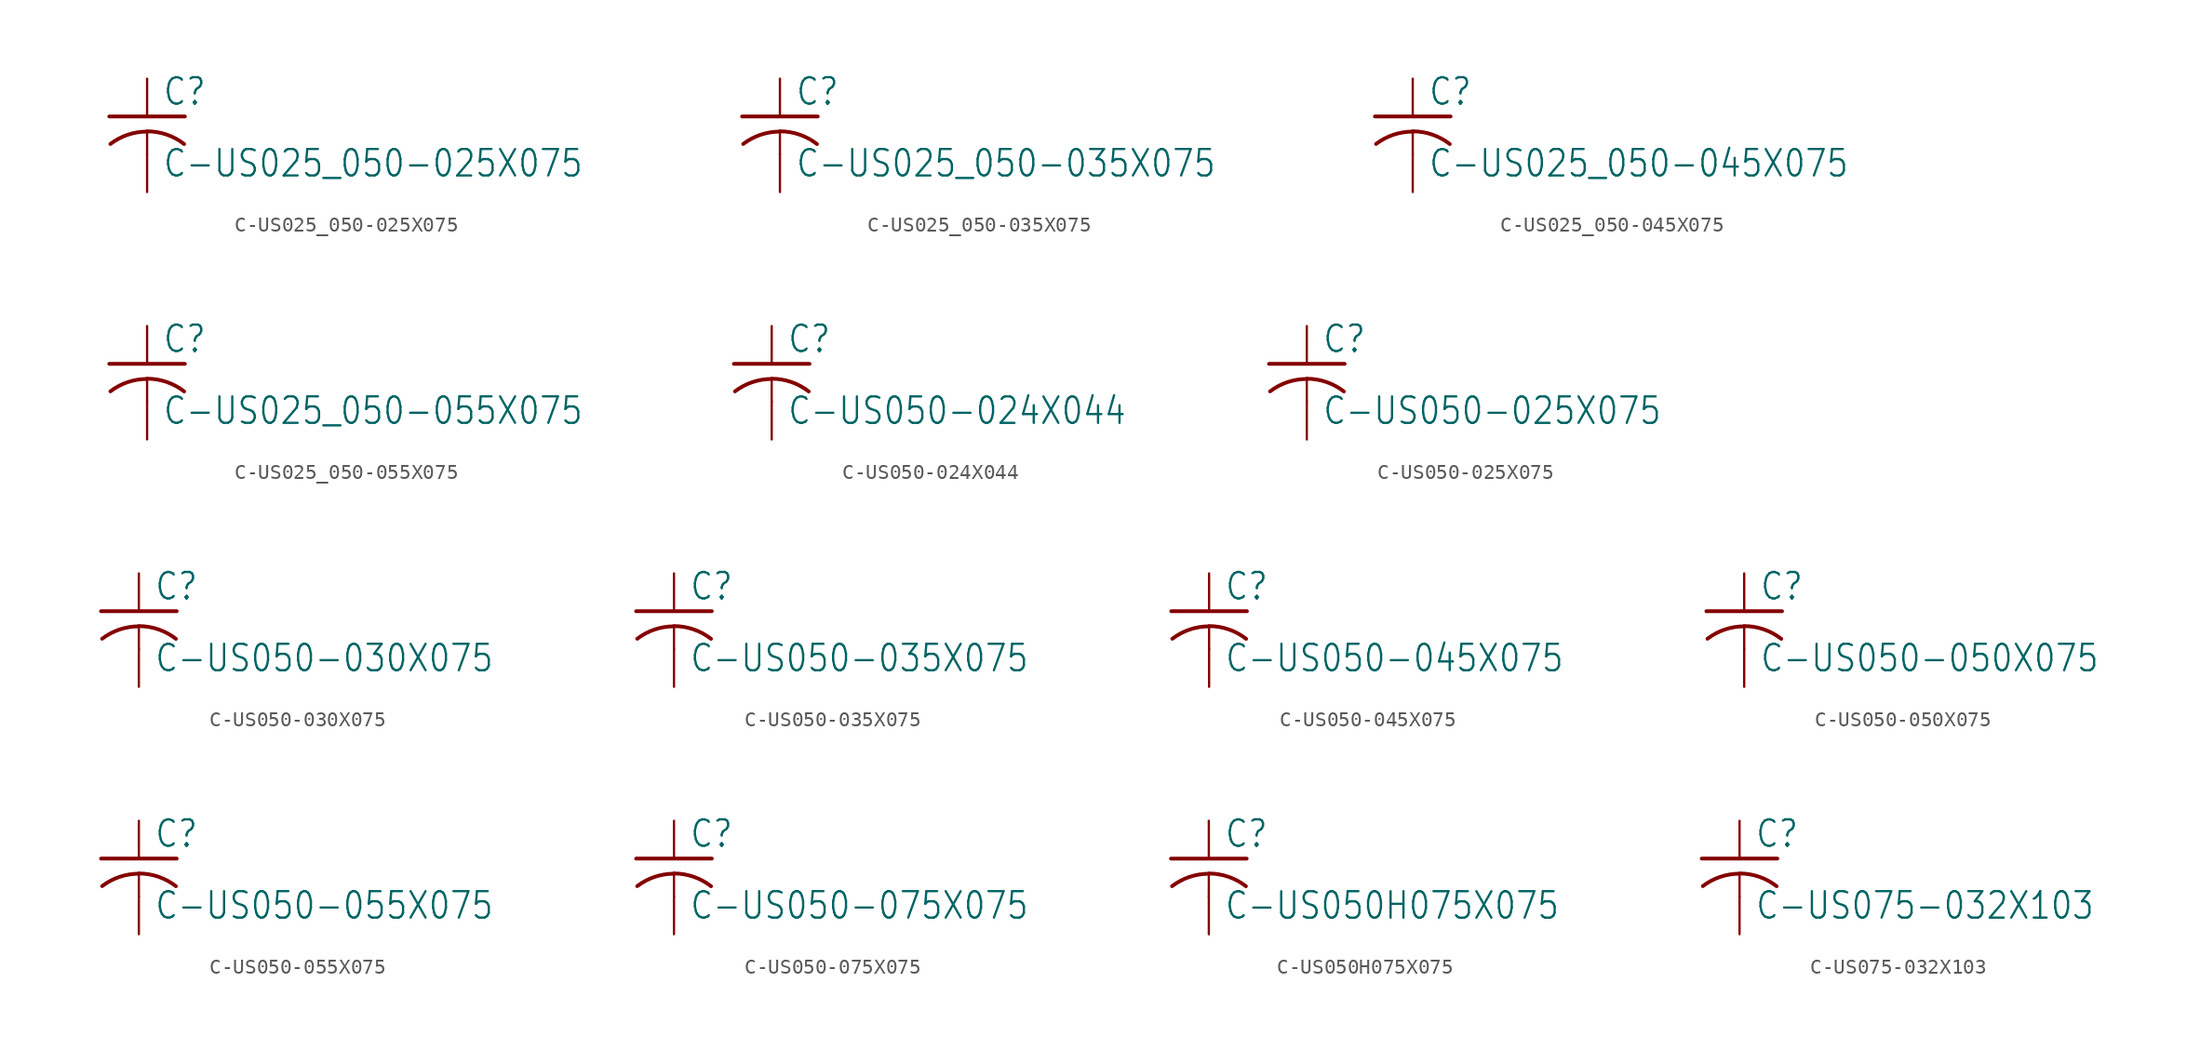
<source format=kicad_sym>
(kicad_symbol_lib
  (version 20211014)
  (generator kicad_symbol_editor)
  (symbol "C-US025_050-025X075"
    (property "Reference" "C"
      (at 1.016 0.635 0)
      (effects (font (size 1.778 1.511)) (justify left bottom)))
    (property "Value" "C-US025_050-025X075"
      (at 1.016 -4.191 0)
      (effects (font (size 1.778 1.511)) (justify left bottom)))
    (property "ki_locked" ""
      (at 0 0 0)
      (effects (font (size 1.27 1.27))))
    (symbol "C-US025_050-025X075_1_0"
      (arc (start 0 -1.0161) (mid -1.302 -1.2303) (end -2.4668 -1.8504) (stroke (width 0.254) (type default) (color 0 0 0 0)) (fill (type none)))
      (polyline (pts (xy -2.54 0) (xy 2.54 0)) (stroke (width 0.254) (type default) (color 0 0 0 0)) (fill (type none)))
      (polyline (pts (xy 0 -1.016) (xy 0 -2.54)) (stroke (width 0.152) (type default) (color 0 0 0 0)) (fill (type none)))
      (polyline (pts (xy 0 -1.016) (xy 0 -1.016)) (stroke (width 0.152) (type default) (color 0 0 0 0)) (fill (type none)))
      (arc (start 2.4892 -1.8542) (mid 1.3158 -1.2195) (end 0 -1) (stroke (width 0.254) (type default) (color 0 0 0 0)) (fill (type none)))
      (pin passive line (at 0 2.54 270) (length 2.54) (name "1" (effects (font (size 0 0)))) (number "1" (effects (font (size 0 0)))))
      (pin passive line (at 0 -5.08 90) (length 2.54) (name "2" (effects (font (size 0 0)))) (number "2" (effects (font (size 0 0)))))))
  (symbol "C-US025_050-035X075"
    (property "Reference" "C"
      (at 1.016 0.635 0)
      (effects (font (size 1.778 1.511)) (justify left bottom)))
    (property "Value" "C-US025_050-035X075"
      (at 1.016 -4.191 0)
      (effects (font (size 1.778 1.511)) (justify left bottom)))
    (property "ki_locked" ""
      (at 0 0 0)
      (effects (font (size 1.27 1.27))))
    (symbol "C-US025_050-035X075_1_0"
      (arc (start 0 -1.0161) (mid -1.302 -1.2303) (end -2.4668 -1.8504) (stroke (width 0.254) (type default) (color 0 0 0 0)) (fill (type none)))
      (polyline (pts (xy -2.54 0) (xy 2.54 0)) (stroke (width 0.254) (type default) (color 0 0 0 0)) (fill (type none)))
      (polyline (pts (xy 0 -1.016) (xy 0 -2.54)) (stroke (width 0.152) (type default) (color 0 0 0 0)) (fill (type none)))
      (polyline (pts (xy 0 -1.016) (xy 0 -1.016)) (stroke (width 0.152) (type default) (color 0 0 0 0)) (fill (type none)))
      (arc (start 2.4892 -1.8542) (mid 1.3158 -1.2195) (end 0 -1) (stroke (width 0.254) (type default) (color 0 0 0 0)) (fill (type none)))
      (pin passive line (at 0 2.54 270) (length 2.54) (name "1" (effects (font (size 0 0)))) (number "1" (effects (font (size 0 0)))))
      (pin passive line (at 0 -5.08 90) (length 2.54) (name "2" (effects (font (size 0 0)))) (number "2" (effects (font (size 0 0)))))))
  (symbol "C-US025_050-045X075"
    (property "Reference" "C"
      (at 1.016 0.635 0)
      (effects (font (size 1.778 1.511)) (justify left bottom)))
    (property "Value" "C-US025_050-045X075"
      (at 1.016 -4.191 0)
      (effects (font (size 1.778 1.511)) (justify left bottom)))
    (property "ki_locked" ""
      (at 0 0 0)
      (effects (font (size 1.27 1.27))))
    (symbol "C-US025_050-045X075_1_0"
      (arc (start 0 -1.0161) (mid -1.302 -1.2303) (end -2.4668 -1.8504) (stroke (width 0.254) (type default) (color 0 0 0 0)) (fill (type none)))
      (polyline (pts (xy -2.54 0) (xy 2.54 0)) (stroke (width 0.254) (type default) (color 0 0 0 0)) (fill (type none)))
      (polyline (pts (xy 0 -1.016) (xy 0 -2.54)) (stroke (width 0.152) (type default) (color 0 0 0 0)) (fill (type none)))
      (polyline (pts (xy 0 -1.016) (xy 0 -1.016)) (stroke (width 0.152) (type default) (color 0 0 0 0)) (fill (type none)))
      (arc (start 2.4892 -1.8542) (mid 1.3158 -1.2195) (end 0 -1) (stroke (width 0.254) (type default) (color 0 0 0 0)) (fill (type none)))
      (pin passive line (at 0 2.54 270) (length 2.54) (name "1" (effects (font (size 0 0)))) (number "1" (effects (font (size 0 0)))))
      (pin passive line (at 0 -5.08 90) (length 2.54) (name "2" (effects (font (size 0 0)))) (number "2" (effects (font (size 0 0)))))))
  (symbol "C-US025_050-055X075"
    (property "Reference" "C"
      (at 1.016 0.635 0)
      (effects (font (size 1.778 1.511)) (justify left bottom)))
    (property "Value" "C-US025_050-055X075"
      (at 1.016 -4.191 0)
      (effects (font (size 1.778 1.511)) (justify left bottom)))
    (property "ki_locked" ""
      (at 0 0 0)
      (effects (font (size 1.27 1.27))))
    (symbol "C-US025_050-055X075_1_0"
      (arc (start 0 -1.0161) (mid -1.302 -1.2303) (end -2.4668 -1.8504) (stroke (width 0.254) (type default) (color 0 0 0 0)) (fill (type none)))
      (polyline (pts (xy -2.54 0) (xy 2.54 0)) (stroke (width 0.254) (type default) (color 0 0 0 0)) (fill (type none)))
      (polyline (pts (xy 0 -1.016) (xy 0 -2.54)) (stroke (width 0.152) (type default) (color 0 0 0 0)) (fill (type none)))
      (polyline (pts (xy 0 -1.016) (xy 0 -1.016)) (stroke (width 0.152) (type default) (color 0 0 0 0)) (fill (type none)))
      (arc (start 2.4892 -1.8542) (mid 1.3158 -1.2195) (end 0 -1) (stroke (width 0.254) (type default) (color 0 0 0 0)) (fill (type none)))
      (pin passive line (at 0 2.54 270) (length 2.54) (name "1" (effects (font (size 0 0)))) (number "1" (effects (font (size 0 0)))))
      (pin passive line (at 0 -5.08 90) (length 2.54) (name "2" (effects (font (size 0 0)))) (number "2" (effects (font (size 0 0)))))))
  (symbol "C-US050-024X044"
    (property "Reference" "C"
      (at 1.016 0.635 0)
      (effects (font (size 1.778 1.511)) (justify left bottom)))
    (property "Value" "C-US050-024X044"
      (at 1.016 -4.191 0)
      (effects (font (size 1.778 1.511)) (justify left bottom)))
    (property "ki_locked" ""
      (at 0 0 0)
      (effects (font (size 1.27 1.27))))
    (symbol "C-US050-024X044_1_0"
      (arc (start 0 -1.0161) (mid -1.302 -1.2303) (end -2.4668 -1.8504) (stroke (width 0.254) (type default) (color 0 0 0 0)) (fill (type none)))
      (polyline (pts (xy -2.54 0) (xy 2.54 0)) (stroke (width 0.254) (type default) (color 0 0 0 0)) (fill (type none)))
      (polyline (pts (xy 0 -1.016) (xy 0 -2.54)) (stroke (width 0.152) (type default) (color 0 0 0 0)) (fill (type none)))
      (polyline (pts (xy 0 -1.016) (xy 0 -1.016)) (stroke (width 0.152) (type default) (color 0 0 0 0)) (fill (type none)))
      (arc (start 2.4892 -1.8542) (mid 1.3158 -1.2195) (end 0 -1) (stroke (width 0.254) (type default) (color 0 0 0 0)) (fill (type none)))
      (pin passive line (at 0 2.54 270) (length 2.54) (name "1" (effects (font (size 0 0)))) (number "1" (effects (font (size 0 0)))))
      (pin passive line (at 0 -5.08 90) (length 2.54) (name "2" (effects (font (size 0 0)))) (number "2" (effects (font (size 0 0)))))))
  (symbol "C-US050-025X075"
    (property "Reference" "C"
      (at 1.016 0.635 0)
      (effects (font (size 1.778 1.511)) (justify left bottom)))
    (property "Value" "C-US050-025X075"
      (at 1.016 -4.191 0)
      (effects (font (size 1.778 1.511)) (justify left bottom)))
    (property "ki_locked" ""
      (at 0 0 0)
      (effects (font (size 1.27 1.27))))
    (symbol "C-US050-025X075_1_0"
      (arc (start 0 -1.0161) (mid -1.302 -1.2303) (end -2.4668 -1.8504) (stroke (width 0.254) (type default) (color 0 0 0 0)) (fill (type none)))
      (polyline (pts (xy -2.54 0) (xy 2.54 0)) (stroke (width 0.254) (type default) (color 0 0 0 0)) (fill (type none)))
      (polyline (pts (xy 0 -1.016) (xy 0 -2.54)) (stroke (width 0.152) (type default) (color 0 0 0 0)) (fill (type none)))
      (polyline (pts (xy 0 -1.016) (xy 0 -1.016)) (stroke (width 0.152) (type default) (color 0 0 0 0)) (fill (type none)))
      (arc (start 2.4892 -1.8542) (mid 1.3158 -1.2195) (end 0 -1) (stroke (width 0.254) (type default) (color 0 0 0 0)) (fill (type none)))
      (pin passive line (at 0 2.54 270) (length 2.54) (name "1" (effects (font (size 0 0)))) (number "1" (effects (font (size 0 0)))))
      (pin passive line (at 0 -5.08 90) (length 2.54) (name "2" (effects (font (size 0 0)))) (number "2" (effects (font (size 0 0)))))))
  (symbol "C-US050-030X075"
    (property "Reference" "C"
      (at 1.016 0.635 0)
      (effects (font (size 1.778 1.511)) (justify left bottom)))
    (property "Value" "C-US050-030X075"
      (at 1.016 -4.191 0)
      (effects (font (size 1.778 1.511)) (justify left bottom)))
    (property "ki_locked" ""
      (at 0 0 0)
      (effects (font (size 1.27 1.27))))
    (symbol "C-US050-030X075_1_0"
      (arc (start 0 -1.0161) (mid -1.302 -1.2303) (end -2.4668 -1.8504) (stroke (width 0.254) (type default) (color 0 0 0 0)) (fill (type none)))
      (polyline (pts (xy -2.54 0) (xy 2.54 0)) (stroke (width 0.254) (type default) (color 0 0 0 0)) (fill (type none)))
      (polyline (pts (xy 0 -1.016) (xy 0 -2.54)) (stroke (width 0.152) (type default) (color 0 0 0 0)) (fill (type none)))
      (polyline (pts (xy 0 -1.016) (xy 0 -1.016)) (stroke (width 0.152) (type default) (color 0 0 0 0)) (fill (type none)))
      (arc (start 2.4892 -1.8542) (mid 1.3158 -1.2195) (end 0 -1) (stroke (width 0.254) (type default) (color 0 0 0 0)) (fill (type none)))
      (pin passive line (at 0 2.54 270) (length 2.54) (name "1" (effects (font (size 0 0)))) (number "1" (effects (font (size 0 0)))))
      (pin passive line (at 0 -5.08 90) (length 2.54) (name "2" (effects (font (size 0 0)))) (number "2" (effects (font (size 0 0)))))))
  (symbol "C-US050-035X075"
    (property "Reference" "C"
      (at 1.016 0.635 0)
      (effects (font (size 1.778 1.511)) (justify left bottom)))
    (property "Value" "C-US050-035X075"
      (at 1.016 -4.191 0)
      (effects (font (size 1.778 1.511)) (justify left bottom)))
    (property "ki_locked" ""
      (at 0 0 0)
      (effects (font (size 1.27 1.27))))
    (symbol "C-US050-035X075_1_0"
      (arc (start 0 -1.0161) (mid -1.302 -1.2303) (end -2.4668 -1.8504) (stroke (width 0.254) (type default) (color 0 0 0 0)) (fill (type none)))
      (polyline (pts (xy -2.54 0) (xy 2.54 0)) (stroke (width 0.254) (type default) (color 0 0 0 0)) (fill (type none)))
      (polyline (pts (xy 0 -1.016) (xy 0 -2.54)) (stroke (width 0.152) (type default) (color 0 0 0 0)) (fill (type none)))
      (polyline (pts (xy 0 -1.016) (xy 0 -1.016)) (stroke (width 0.152) (type default) (color 0 0 0 0)) (fill (type none)))
      (arc (start 2.4892 -1.8542) (mid 1.3158 -1.2195) (end 0 -1) (stroke (width 0.254) (type default) (color 0 0 0 0)) (fill (type none)))
      (pin passive line (at 0 2.54 270) (length 2.54) (name "1" (effects (font (size 0 0)))) (number "1" (effects (font (size 0 0)))))
      (pin passive line (at 0 -5.08 90) (length 2.54) (name "2" (effects (font (size 0 0)))) (number "2" (effects (font (size 0 0)))))))
  (symbol "C-US050-045X075"
    (property "Reference" "C"
      (at 1.016 0.635 0)
      (effects (font (size 1.778 1.511)) (justify left bottom)))
    (property "Value" "C-US050-045X075"
      (at 1.016 -4.191 0)
      (effects (font (size 1.778 1.511)) (justify left bottom)))
    (property "ki_locked" ""
      (at 0 0 0)
      (effects (font (size 1.27 1.27))))
    (symbol "C-US050-045X075_1_0"
      (arc (start 0 -1.0161) (mid -1.302 -1.2303) (end -2.4668 -1.8504) (stroke (width 0.254) (type default) (color 0 0 0 0)) (fill (type none)))
      (polyline (pts (xy -2.54 0) (xy 2.54 0)) (stroke (width 0.254) (type default) (color 0 0 0 0)) (fill (type none)))
      (polyline (pts (xy 0 -1.016) (xy 0 -2.54)) (stroke (width 0.152) (type default) (color 0 0 0 0)) (fill (type none)))
      (polyline (pts (xy 0 -1.016) (xy 0 -1.016)) (stroke (width 0.152) (type default) (color 0 0 0 0)) (fill (type none)))
      (arc (start 2.4892 -1.8542) (mid 1.3158 -1.2195) (end 0 -1) (stroke (width 0.254) (type default) (color 0 0 0 0)) (fill (type none)))
      (pin passive line (at 0 2.54 270) (length 2.54) (name "1" (effects (font (size 0 0)))) (number "1" (effects (font (size 0 0)))))
      (pin passive line (at 0 -5.08 90) (length 2.54) (name "2" (effects (font (size 0 0)))) (number "2" (effects (font (size 0 0)))))))
  (symbol "C-US050-050X075"
    (property "Reference" "C"
      (at 1.016 0.635 0)
      (effects (font (size 1.778 1.511)) (justify left bottom)))
    (property "Value" "C-US050-050X075"
      (at 1.016 -4.191 0)
      (effects (font (size 1.778 1.511)) (justify left bottom)))
    (property "ki_locked" ""
      (at 0 0 0)
      (effects (font (size 1.27 1.27))))
    (symbol "C-US050-050X075_1_0"
      (arc (start 0 -1.0161) (mid -1.302 -1.2303) (end -2.4668 -1.8504) (stroke (width 0.254) (type default) (color 0 0 0 0)) (fill (type none)))
      (polyline (pts (xy -2.54 0) (xy 2.54 0)) (stroke (width 0.254) (type default) (color 0 0 0 0)) (fill (type none)))
      (polyline (pts (xy 0 -1.016) (xy 0 -2.54)) (stroke (width 0.152) (type default) (color 0 0 0 0)) (fill (type none)))
      (polyline (pts (xy 0 -1.016) (xy 0 -1.016)) (stroke (width 0.152) (type default) (color 0 0 0 0)) (fill (type none)))
      (arc (start 2.4892 -1.8542) (mid 1.3158 -1.2195) (end 0 -1) (stroke (width 0.254) (type default) (color 0 0 0 0)) (fill (type none)))
      (pin passive line (at 0 2.54 270) (length 2.54) (name "1" (effects (font (size 0 0)))) (number "1" (effects (font (size 0 0)))))
      (pin passive line (at 0 -5.08 90) (length 2.54) (name "2" (effects (font (size 0 0)))) (number "2" (effects (font (size 0 0)))))))
  (symbol "C-US050-055X075"
    (property "Reference" "C"
      (at 1.016 0.635 0)
      (effects (font (size 1.778 1.511)) (justify left bottom)))
    (property "Value" "C-US050-055X075"
      (at 1.016 -4.191 0)
      (effects (font (size 1.778 1.511)) (justify left bottom)))
    (property "ki_locked" ""
      (at 0 0 0)
      (effects (font (size 1.27 1.27))))
    (symbol "C-US050-055X075_1_0"
      (arc (start 0 -1.0161) (mid -1.302 -1.2303) (end -2.4668 -1.8504) (stroke (width 0.254) (type default) (color 0 0 0 0)) (fill (type none)))
      (polyline (pts (xy -2.54 0) (xy 2.54 0)) (stroke (width 0.254) (type default) (color 0 0 0 0)) (fill (type none)))
      (polyline (pts (xy 0 -1.016) (xy 0 -2.54)) (stroke (width 0.152) (type default) (color 0 0 0 0)) (fill (type none)))
      (polyline (pts (xy 0 -1.016) (xy 0 -1.016)) (stroke (width 0.152) (type default) (color 0 0 0 0)) (fill (type none)))
      (arc (start 2.4892 -1.8542) (mid 1.3158 -1.2195) (end 0 -1) (stroke (width 0.254) (type default) (color 0 0 0 0)) (fill (type none)))
      (pin passive line (at 0 2.54 270) (length 2.54) (name "1" (effects (font (size 0 0)))) (number "1" (effects (font (size 0 0)))))
      (pin passive line (at 0 -5.08 90) (length 2.54) (name "2" (effects (font (size 0 0)))) (number "2" (effects (font (size 0 0)))))))
  (symbol "C-US050-075X075"
    (property "Reference" "C"
      (at 1.016 0.635 0)
      (effects (font (size 1.778 1.511)) (justify left bottom)))
    (property "Value" "C-US050-075X075"
      (at 1.016 -4.191 0)
      (effects (font (size 1.778 1.511)) (justify left bottom)))
    (property "ki_locked" ""
      (at 0 0 0)
      (effects (font (size 1.27 1.27))))
    (symbol "C-US050-075X075_1_0"
      (arc (start 0 -1.0161) (mid -1.302 -1.2303) (end -2.4668 -1.8504) (stroke (width 0.254) (type default) (color 0 0 0 0)) (fill (type none)))
      (polyline (pts (xy -2.54 0) (xy 2.54 0)) (stroke (width 0.254) (type default) (color 0 0 0 0)) (fill (type none)))
      (polyline (pts (xy 0 -1.016) (xy 0 -2.54)) (stroke (width 0.152) (type default) (color 0 0 0 0)) (fill (type none)))
      (polyline (pts (xy 0 -1.016) (xy 0 -1.016)) (stroke (width 0.152) (type default) (color 0 0 0 0)) (fill (type none)))
      (arc (start 2.4892 -1.8542) (mid 1.3158 -1.2195) (end 0 -1) (stroke (width 0.254) (type default) (color 0 0 0 0)) (fill (type none)))
      (pin passive line (at 0 2.54 270) (length 2.54) (name "1" (effects (font (size 0 0)))) (number "1" (effects (font (size 0 0)))))
      (pin passive line (at 0 -5.08 90) (length 2.54) (name "2" (effects (font (size 0 0)))) (number "2" (effects (font (size 0 0)))))))
  (symbol "C-US050H075X075"
    (property "Reference" "C"
      (at 1.016 0.635 0)
      (effects (font (size 1.778 1.511)) (justify left bottom)))
    (property "Value" "C-US050H075X075"
      (at 1.016 -4.191 0)
      (effects (font (size 1.778 1.511)) (justify left bottom)))
    (property "ki_locked" ""
      (at 0 0 0)
      (effects (font (size 1.27 1.27))))
    (symbol "C-US050H075X075_1_0"
      (arc (start 0 -1.0161) (mid -1.302 -1.2303) (end -2.4668 -1.8504) (stroke (width 0.254) (type default) (color 0 0 0 0)) (fill (type none)))
      (polyline (pts (xy -2.54 0) (xy 2.54 0)) (stroke (width 0.254) (type default) (color 0 0 0 0)) (fill (type none)))
      (polyline (pts (xy 0 -1.016) (xy 0 -2.54)) (stroke (width 0.152) (type default) (color 0 0 0 0)) (fill (type none)))
      (polyline (pts (xy 0 -1.016) (xy 0 -1.016)) (stroke (width 0.152) (type default) (color 0 0 0 0)) (fill (type none)))
      (arc (start 2.4892 -1.8542) (mid 1.3158 -1.2195) (end 0 -1) (stroke (width 0.254) (type default) (color 0 0 0 0)) (fill (type none)))
      (pin passive line (at 0 2.54 270) (length 2.54) (name "1" (effects (font (size 0 0)))) (number "1" (effects (font (size 0 0)))))
      (pin passive line (at 0 -5.08 90) (length 2.54) (name "2" (effects (font (size 0 0)))) (number "2" (effects (font (size 0 0)))))))
  (symbol "C-US075-032X103"
    (property "Reference" "C"
      (at 1.016 0.635 0)
      (effects (font (size 1.778 1.511)) (justify left bottom)))
    (property "Value" "C-US075-032X103"
      (at 1.016 -4.191 0)
      (effects (font (size 1.778 1.511)) (justify left bottom)))
    (property "ki_locked" ""
      (at 0 0 0)
      (effects (font (size 1.27 1.27))))
    (symbol "C-US075-032X103_1_0"
      (arc (start 0 -1.0161) (mid -1.302 -1.2303) (end -2.4668 -1.8504) (stroke (width 0.254) (type default) (color 0 0 0 0)) (fill (type none)))
      (polyline (pts (xy -2.54 0) (xy 2.54 0)) (stroke (width 0.254) (type default) (color 0 0 0 0)) (fill (type none)))
      (polyline (pts (xy 0 -1.016) (xy 0 -2.54)) (stroke (width 0.152) (type default) (color 0 0 0 0)) (fill (type none)))
      (polyline (pts (xy 0 -1.016) (xy 0 -1.016)) (stroke (width 0.152) (type default) (color 0 0 0 0)) (fill (type none)))
      (arc (start 2.4892 -1.8542) (mid 1.3158 -1.2195) (end 0 -1) (stroke (width 0.254) (type default) (color 0 0 0 0)) (fill (type none)))
      (pin passive line (at 0 2.54 270) (length 2.54) (name "1" (effects (font (size 0 0)))) (number "1" (effects (font (size 0 0)))))
      (pin passive line (at 0 -5.08 90) (length 2.54) (name "2" (effects (font (size 0 0)))) (number "2" (effects (font (size 0 0))))))))
</source>
